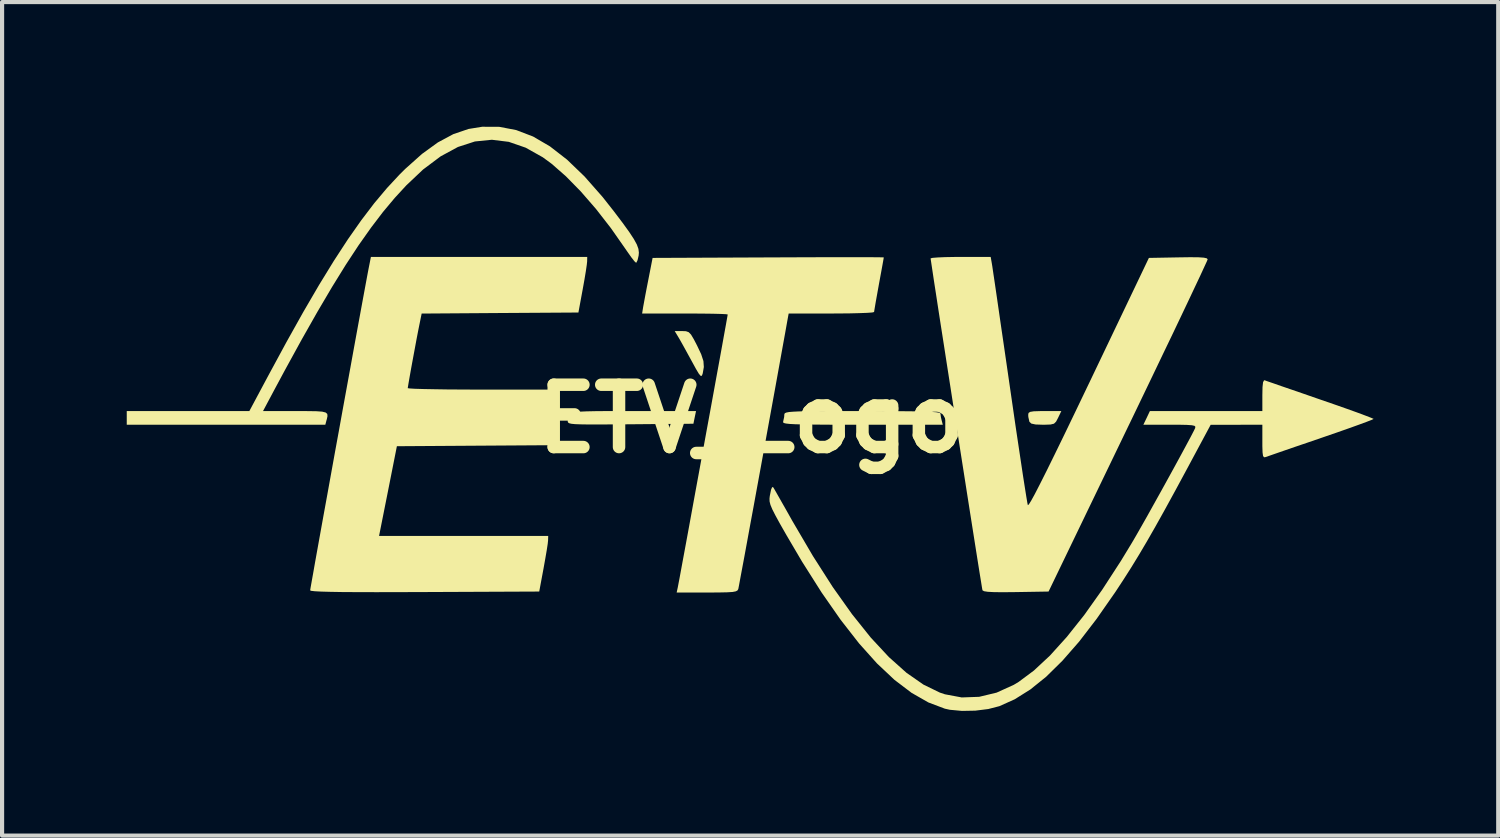
<source format=kicad_pcb>
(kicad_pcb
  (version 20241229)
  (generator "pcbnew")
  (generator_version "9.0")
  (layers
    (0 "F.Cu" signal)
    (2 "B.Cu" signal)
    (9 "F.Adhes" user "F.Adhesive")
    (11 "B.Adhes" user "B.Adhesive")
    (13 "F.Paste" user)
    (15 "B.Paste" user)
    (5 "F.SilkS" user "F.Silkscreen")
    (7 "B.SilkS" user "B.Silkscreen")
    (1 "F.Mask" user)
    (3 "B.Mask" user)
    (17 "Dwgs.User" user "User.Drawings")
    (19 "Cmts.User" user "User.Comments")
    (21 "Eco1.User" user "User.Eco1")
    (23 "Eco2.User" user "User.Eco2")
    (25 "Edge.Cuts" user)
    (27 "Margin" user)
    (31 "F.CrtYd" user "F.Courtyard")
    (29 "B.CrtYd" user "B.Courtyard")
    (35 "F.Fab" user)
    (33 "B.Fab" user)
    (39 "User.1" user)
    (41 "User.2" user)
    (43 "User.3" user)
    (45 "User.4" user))
  (footprint "ETV_Logo"
    (layer "F.Cu")
    (at 15.024 7.029)
    (property "Reference" "ETV_Logo" (at 0 0 0) (layer "F.SilkS") (effects (font (size 1.5 1.5) (thickness 0.3))))
    (attr board_only exclude_from_pos_files exclude_from_bom)
    (fp_poly (pts (xy 7.385 -0.023) (xy 7.338 0.066) (xy 7.287 0.116) (xy 7.204 0.136) (xy 7.061 0.141) (xy 7.015 0.141) (xy 6.842 0.135) (xy 6.742 0.113) (xy 6.697 0.071) (xy 6.695 0.067) (xy 6.67 -0.046) (xy 6.667 -0.098) (xy 6.675 -0.142) (xy 6.713 -0.168) (xy 6.797 -0.182) (xy 6.947 -0.187) (xy 7.065 -0.188) (xy 7.464 -0.188)) (stroke (width 0) (type solid)) (fill yes) (layer "F.SilkS"))
    (fp_poly (pts (xy -1.659 -2.113) (xy -1.568 -2.109) (xy -1.503 -2.086) (xy -1.446 -2.028) (xy -1.38 -1.917) (xy -1.303 -1.769) (xy -1.202 -1.556) (xy -1.148 -1.391) (xy -1.138 -1.248) (xy -1.164 -1.098) (xy -1.169 -1.081) (xy -1.187 -1.036) (xy -1.215 -1.035) (xy -1.259 -1.087) (xy -1.328 -1.203) (xy -1.428 -1.386) (xy -1.536 -1.583) (xy -1.637 -1.767) (xy -1.717 -1.909) (xy -1.747 -1.96) (xy -1.839 -2.113)) (stroke (width 0) (type solid)) (fill yes) (layer "F.SilkS"))
    (fp_poly (pts (xy -2.841 -0.188) (xy -1.326 -0.188) (xy -1.358 -0.035) (xy -1.389 0.117) (xy -2.901 0.13) (xy -3.317 0.133) (xy -3.649 0.135) (xy -3.907 0.135) (xy -4.099 0.132) (xy -4.235 0.127) (xy -4.325 0.118) (xy -4.378 0.105) (xy -4.404 0.088) (xy -4.413 0.065) (xy -4.413 0.051) (xy -4.413 -0.013) (xy -4.407 -0.065) (xy -4.386 -0.106) (xy -4.34 -0.136) (xy -4.26 -0.158) (xy -4.137 -0.173) (xy -3.96 -0.181) (xy -3.722 -0.186) (xy -3.412 -0.188) (xy -3.021 -0.188)) (stroke (width 0) (type solid)) (fill yes) (layer "F.SilkS"))
    (fp_poly (pts (xy 3.166 -0.187) (xy 3.568 -0.185) (xy 3.891 -0.182) (xy 4.141 -0.176) (xy 4.325 -0.169) (xy 4.451 -0.16) (xy 4.525 -0.148) (xy 4.554 -0.133) (xy 4.555 -0.129) (xy 4.567 -0.039) (xy 4.584 0.035) (xy 4.612 0.141) (xy 2.677 0.141) (xy 2.197 0.141) (xy 1.804 0.14) (xy 1.488 0.137) (xy 1.242 0.134) (xy 1.057 0.129) (xy 0.926 0.122) (xy 0.839 0.112) (xy 0.79 0.1) (xy 0.77 0.085) (xy 0.77 0.067) (xy 0.795 -0.046) (xy 0.798 -0.098) (xy 0.801 -0.12) (xy 0.816 -0.139) (xy 0.851 -0.153) (xy 0.914 -0.165) (xy 1.015 -0.173) (xy 1.162 -0.18) (xy 1.363 -0.184) (xy 1.627 -0.186) (xy 1.963 -0.187) (xy 2.379 -0.188) (xy 2.676 -0.188)) (stroke (width 0) (type solid)) (fill yes) (layer "F.SilkS"))
    (fp_poly (pts (xy -6.058 -7.027) (xy -5.652 -6.949) (xy -5.247 -6.794) (xy -4.841 -6.557) (xy -4.43 -6.238) (xy -4.009 -5.833) (xy -3.575 -5.34) (xy -3.303 -4.995) (xy -3.091 -4.715) (xy -2.933 -4.496) (xy -2.822 -4.327) (xy -2.75 -4.195) (xy -2.712 -4.09) (xy -2.701 -3.999) (xy -2.707 -3.93) (xy -2.733 -3.818) (xy -2.763 -3.759) (xy -2.769 -3.756) (xy -2.809 -3.793) (xy -2.885 -3.89) (xy -2.984 -4.031) (xy -3.029 -4.096) (xy -3.374 -4.589) (xy -3.734 -5.052) (xy -4.099 -5.472) (xy -4.457 -5.837) (xy -4.798 -6.136) (xy -5.013 -6.294) (xy -5.424 -6.525) (xy -5.832 -6.666) (xy -6.238 -6.716) (xy -6.646 -6.675) (xy -7.056 -6.542) (xy -7.471 -6.317) (xy -7.894 -6) (xy -8.295 -5.621) (xy -8.576 -5.316) (xy -8.858 -4.979) (xy -9.146 -4.601) (xy -9.444 -4.179) (xy -9.756 -3.704) (xy -10.085 -3.172) (xy -10.437 -2.575) (xy -10.815 -1.908) (xy -11.223 -1.164) (xy -11.476 -0.693) (xy -11.745 -0.188) (xy -10.966 -0.188) (xy -10.674 -0.187) (xy -10.463 -0.184) (xy -10.321 -0.174) (xy -10.238 -0.153) (xy -10.199 -0.118) (xy -10.194 -0.066) (xy -10.21 0.008) (xy -10.218 0.035) (xy -10.246 0.141) (xy -12.635 0.141) (xy -15.024 0.141) (xy -15.024 -0.023) (xy -15.024 -0.188) (xy -13.549 -0.188) (xy -12.074 -0.188) (xy -11.616 -1.045) (xy -11.18 -1.85) (xy -10.775 -2.574) (xy -10.397 -3.222) (xy -10.041 -3.802) (xy -9.704 -4.319) (xy -9.381 -4.779) (xy -9.069 -5.189) (xy -8.763 -5.553) (xy -8.46 -5.879) (xy -8.323 -6.015) (xy -7.92 -6.375) (xy -7.538 -6.652) (xy -7.167 -6.851) (xy -6.8 -6.976) (xy -6.471 -7.029)) (stroke (width 0) (type solid)) (fill yes) (layer "F.SilkS"))
    (fp_poly (pts (xy -3.946 -3.791) (xy -3.955 -3.705) (xy -3.978 -3.549) (xy -4.012 -3.345) (xy -4.052 -3.122) (xy -4.156 -2.559) (xy -6.042 -2.547) (xy -7.928 -2.534) (xy -7.978 -2.288) (xy -8.009 -2.134) (xy -8.048 -1.933) (xy -8.091 -1.701) (xy -8.136 -1.459) (xy -8.179 -1.226) (xy -8.216 -1.018) (xy -8.244 -0.857) (xy -8.26 -0.759) (xy -8.263 -0.739) (xy -8.218 -0.732) (xy -8.089 -0.724) (xy -7.886 -0.718) (xy -7.62 -0.713) (xy -7.301 -0.708) (xy -6.938 -0.706) (xy -6.542 -0.704) (xy -6.456 -0.704) (xy -4.648 -0.704) (xy -4.651 -0.599) (xy -4.661 -0.512) (xy -4.685 -0.356) (xy -4.719 -0.153) (xy -4.759 0.07) (xy -4.865 0.634) (xy -6.694 0.646) (xy -8.524 0.658) (xy -8.738 1.738) (xy -8.953 2.817) (xy -6.918 2.817) (xy -4.883 2.817) (xy -4.886 2.923) (xy -4.895 3.009) (xy -4.919 3.165) (xy -4.954 3.368) (xy -4.994 3.592) (xy -5.099 4.155) (xy -7.855 4.167) (xy -8.48 4.169) (xy -9.016 4.17) (xy -9.466 4.169) (xy -9.835 4.167) (xy -10.127 4.162) (xy -10.346 4.156) (xy -10.497 4.148) (xy -10.584 4.138) (xy -10.611 4.127) (xy -10.603 4.075) (xy -10.579 3.939) (xy -10.541 3.727) (xy -10.492 3.448) (xy -10.431 3.109) (xy -10.361 2.72) (xy -10.283 2.288) (xy -10.198 1.822) (xy -10.109 1.329) (xy -10.017 0.819) (xy -9.922 0.3) (xy -9.828 -0.221) (xy -9.734 -0.735) (xy -9.643 -1.233) (xy -9.557 -1.708) (xy -9.476 -2.151) (xy -9.402 -2.553) (xy -9.337 -2.907) (xy -9.282 -3.204) (xy -9.239 -3.436) (xy -9.209 -3.594) (xy -9.198 -3.65) (xy -9.149 -3.897) (xy -6.546 -3.897) (xy -3.944 -3.897)) (stroke (width 0) (type solid)) (fill yes) (layer "F.SilkS"))
    (fp_poly (pts (xy 5.791 -3.744) (xy 5.803 -3.671) (xy 5.826 -3.514) (xy 5.861 -3.28) (xy 5.905 -2.98) (xy 5.957 -2.621) (xy 6.016 -2.213) (xy 6.082 -1.763) (xy 6.152 -1.281) (xy 6.222 -0.798) (xy 6.295 -0.295) (xy 6.364 0.181) (xy 6.43 0.623) (xy 6.49 1.022) (xy 6.542 1.369) (xy 6.587 1.656) (xy 6.622 1.876) (xy 6.646 2.019) (xy 6.658 2.076) (xy 6.681 2.06) (xy 6.737 1.971) (xy 6.826 1.809) (xy 6.948 1.572) (xy 7.106 1.258) (xy 7.299 0.866) (xy 7.529 0.394) (xy 7.796 -0.16) (xy 8.102 -0.798) (xy 8.131 -0.858) (xy 9.571 -3.873) (xy 10.279 -3.886) (xy 10.563 -3.89) (xy 10.764 -3.888) (xy 10.894 -3.879) (xy 10.964 -3.863) (xy 10.985 -3.84) (xy 10.985 -3.839) (xy 10.965 -3.789) (xy 10.906 -3.661) (xy 10.813 -3.459) (xy 10.687 -3.192) (xy 10.532 -2.863) (xy 10.35 -2.48) (xy 10.144 -2.047) (xy 9.916 -1.573) (xy 9.671 -1.061) (xy 9.41 -0.518) (xy 9.137 0.05) (xy 9.07 0.188) (xy 7.157 4.155) (xy 6.371 4.168) (xy 6.066 4.171) (xy 5.844 4.169) (xy 5.694 4.161) (xy 5.605 4.147) (xy 5.568 4.126) (xy 5.566 4.121) (xy 5.556 4.068) (xy 5.534 3.93) (xy 5.499 3.716) (xy 5.454 3.434) (xy 5.4 3.092) (xy 5.338 2.699) (xy 5.269 2.262) (xy 5.195 1.791) (xy 5.117 1.293) (xy 5.036 0.777) (xy 4.954 0.25) (xy 4.871 -0.278) (xy 4.79 -0.8) (xy 4.711 -1.307) (xy 4.636 -1.792) (xy 4.565 -2.245) (xy 4.501 -2.659) (xy 4.445 -3.025) (xy 4.397 -3.335) (xy 4.36 -3.582) (xy 4.334 -3.755) (xy 4.32 -3.848) (xy 4.319 -3.862) (xy 4.363 -3.874) (xy 4.486 -3.884) (xy 4.67 -3.892) (xy 4.9 -3.896) (xy 5.042 -3.897) (xy 5.764 -3.897)) (stroke (width 0) (type solid)) (fill yes) (layer "F.SilkS"))
    (fp_poly (pts (xy 2.546 -3.89) (xy 2.82 -3.89) (xy 3.025 -3.889) (xy 3.151 -3.887) (xy 3.192 -3.885) (xy 3.184 -3.838) (xy 3.162 -3.714) (xy 3.129 -3.533) (xy 3.088 -3.311) (xy 3.075 -3.24) (xy 3.033 -3.006) (xy 2.997 -2.806) (xy 2.972 -2.657) (xy 2.959 -2.578) (xy 2.958 -2.571) (xy 2.914 -2.56) (xy 2.788 -2.551) (xy 2.596 -2.544) (xy 2.35 -2.538) (xy 2.064 -2.536) (xy 1.93 -2.535) (xy 0.903 -2.535) (xy 0.875 -2.383) (xy 0.816 -2.052) (xy 0.747 -1.672) (xy 0.671 -1.251) (xy 0.589 -0.797) (xy 0.502 -0.319) (xy 0.412 0.174) (xy 0.321 0.673) (xy 0.231 1.169) (xy 0.142 1.654) (xy 0.057 2.12) (xy -0.024 2.557) (xy -0.097 2.956) (xy -0.162 3.31) (xy -0.218 3.609) (xy -0.262 3.844) (xy -0.292 4.007) (xy -0.308 4.089) (xy -0.31 4.096) (xy -0.328 4.128) (xy -0.369 4.15) (xy -0.447 4.165) (xy -0.576 4.173) (xy -0.77 4.177) (xy -1.044 4.179) (xy -1.063 4.179) (xy -1.792 4.179) (xy -1.764 4.049) (xy -1.751 3.98) (xy -1.722 3.829) (xy -1.681 3.606) (xy -1.628 3.319) (xy -1.565 2.979) (xy -1.494 2.593) (xy -1.417 2.171) (xy -1.335 1.722) (xy -1.249 1.255) (xy -1.162 0.779) (xy -1.075 0.302) (xy -0.989 -0.165) (xy -0.907 -0.615) (xy -0.83 -1.038) (xy -0.759 -1.425) (xy -0.697 -1.767) (xy -0.645 -2.056) (xy -0.604 -2.281) (xy -0.577 -2.435) (xy -0.564 -2.508) (xy -0.563 -2.512) (xy -0.608 -2.519) (xy -0.733 -2.525) (xy -0.926 -2.53) (xy -1.171 -2.533) (xy -1.458 -2.535) (xy -1.593 -2.535) (xy -2.623 -2.535) (xy -2.599 -2.688) (xy -2.579 -2.796) (xy -2.547 -2.971) (xy -2.506 -3.184) (xy -2.472 -3.357) (xy -2.371 -3.873) (xy 0.411 -3.885) (xy 0.912 -3.887) (xy 1.385 -3.889) (xy 1.82 -3.89) (xy 2.209 -3.89)) (stroke (width 0) (type solid)) (fill yes) (layer "F.SilkS"))
    (fp_poly (pts (xy 12.418 -0.906) (xy 12.553 -0.86) (xy 12.753 -0.79) (xy 13.007 -0.703) (xy 13.303 -0.601) (xy 13.628 -0.488) (xy 13.698 -0.464) (xy 14.025 -0.351) (xy 14.321 -0.247) (xy 14.575 -0.156) (xy 14.776 -0.081) (xy 14.913 -0.028) (xy 14.975 -0.001) (xy 14.977 0.002) (xy 14.934 0.023) (xy 14.814 0.07) (xy 14.627 0.139) (xy 14.385 0.226) (xy 14.098 0.327) (xy 13.779 0.437) (xy 13.718 0.458) (xy 13.389 0.571) (xy 13.086 0.674) (xy 12.822 0.765) (xy 12.609 0.839) (xy 12.459 0.891) (xy 12.384 0.917) (xy 12.38 0.919) (xy 12.342 0.924) (xy 12.318 0.893) (xy 12.306 0.808) (xy 12.301 0.655) (xy 12.301 0.545) (xy 12.301 0.141) (xy 11.679 0.142) (xy 11.057 0.143) (xy 10.497 1.187) (xy 10.208 1.722) (xy 9.954 2.186) (xy 9.728 2.591) (xy 9.523 2.949) (xy 9.332 3.272) (xy 9.147 3.574) (xy 8.961 3.866) (xy 8.768 4.16) (xy 8.755 4.179) (xy 8.314 4.811) (xy 7.894 5.358) (xy 7.49 5.82) (xy 7.1 6.204) (xy 6.719 6.511) (xy 6.343 6.747) (xy 5.974 6.913) (xy 5.706 6.982) (xy 5.393 7.021) (xy 5.073 7.027) (xy 4.782 7) (xy 4.66 6.973) (xy 4.264 6.823) (xy 3.86 6.592) (xy 3.449 6.28) (xy 3.028 5.884) (xy 2.597 5.403) (xy 2.154 4.835) (xy 1.697 4.18) (xy 1.225 3.435) (xy 0.848 2.794) (xy 0.695 2.526) (xy 0.585 2.325) (xy 0.51 2.178) (xy 0.465 2.07) (xy 0.444 1.987) (xy 0.442 1.916) (xy 0.449 1.855) (xy 0.479 1.706) (xy 0.506 1.641) (xy 0.532 1.647) (xy 0.559 1.692) (xy 0.624 1.806) (xy 0.721 1.977) (xy 0.843 2.191) (xy 0.98 2.435) (xy 0.997 2.465) (xy 1.488 3.302) (xy 1.965 4.048) (xy 2.429 4.701) (xy 2.879 5.263) (xy 3.315 5.732) (xy 3.737 6.109) (xy 4.146 6.394) (xy 4.54 6.586) (xy 4.662 6.627) (xy 5.068 6.703) (xy 5.487 6.688) (xy 5.907 6.587) (xy 6.319 6.4) (xy 6.441 6.326) (xy 6.805 6.055) (xy 7.191 5.695) (xy 7.594 5.249) (xy 8.015 4.72) (xy 8.449 4.109) (xy 8.896 3.42) (xy 9.163 2.981) (xy 9.26 2.815) (xy 9.385 2.596) (xy 9.532 2.337) (xy 9.692 2.049) (xy 9.861 1.746) (xy 10.03 1.44) (xy 10.193 1.143) (xy 10.344 0.866) (xy 10.475 0.623) (xy 10.58 0.427) (xy 10.652 0.288) (xy 10.684 0.222) (xy 10.689 0.189) (xy 10.667 0.167) (xy 10.603 0.153) (xy 10.484 0.145) (xy 10.296 0.141) (xy 10.077 0.141) (xy 9.438 0.141) (xy 9.517 -0.023) (xy 9.595 -0.188) (xy 10.948 -0.188) (xy 12.301 -0.188) (xy 12.301 -0.568) (xy 12.305 -0.766) (xy 12.318 -0.881) (xy 12.342 -0.927) (xy 12.36 -0.927)) (stroke (width 0) (type solid)) (fill yes) (layer "F.SilkS")))
  (gr_rect
    (start -3 -3)
    (end 33.001 17.056)
    (stroke (width 0.1) (type default))
    (fill no)
    (layer "Edge.Cuts")))
</source>
